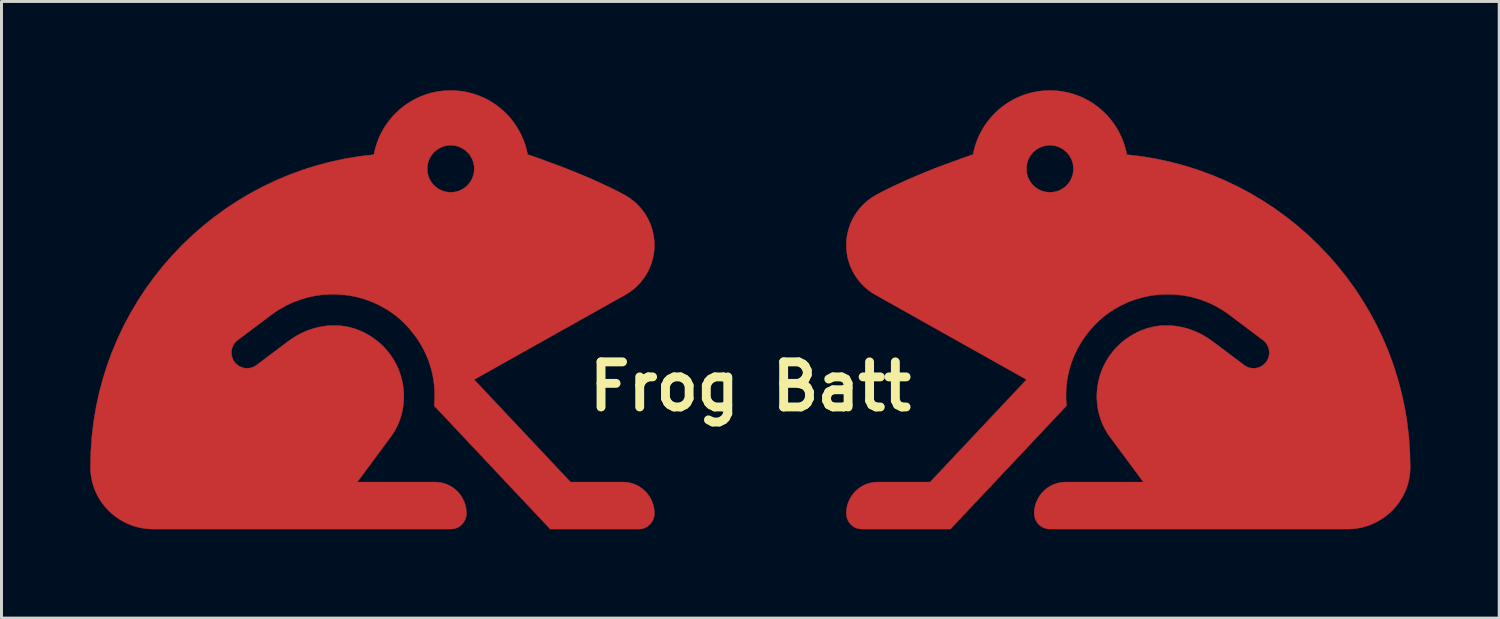
<source format=kicad_pcb>
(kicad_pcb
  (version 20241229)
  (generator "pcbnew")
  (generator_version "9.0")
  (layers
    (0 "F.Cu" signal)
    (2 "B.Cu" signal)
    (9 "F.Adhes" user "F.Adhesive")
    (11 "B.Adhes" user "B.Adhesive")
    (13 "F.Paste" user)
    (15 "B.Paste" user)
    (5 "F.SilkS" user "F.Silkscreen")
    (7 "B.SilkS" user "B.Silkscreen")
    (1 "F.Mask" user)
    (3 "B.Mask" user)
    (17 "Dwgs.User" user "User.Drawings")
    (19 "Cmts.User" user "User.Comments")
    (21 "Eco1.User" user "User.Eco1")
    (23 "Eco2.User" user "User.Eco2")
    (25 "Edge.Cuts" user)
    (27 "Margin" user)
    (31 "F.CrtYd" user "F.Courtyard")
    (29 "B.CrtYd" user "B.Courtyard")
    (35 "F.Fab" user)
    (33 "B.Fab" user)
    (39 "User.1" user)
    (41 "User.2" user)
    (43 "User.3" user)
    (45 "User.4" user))
  (footprint "Frog Batt"
    (layer "F.Cu")
    (at 22.298 10.009)
    (property "Reference" "Frog Batt" (at 0 0 0) (layer "F.SilkS") (effects (font (size 1.524 1.524) (thickness 0.3))))
    (attr board_only exclude_from_pos_files exclude_from_bom)
    (fp_poly (pts (xy -10 -10) (xy -9.881 -9.992) (xy -9.763 -9.979) (xy -9.646 -9.96) (xy -9.532 -9.937) (xy -9.419 -9.908) (xy -9.309 -9.875) (xy -9.2 -9.838) (xy -9.094 -9.795) (xy -8.99 -9.749) (xy -8.888 -9.698) (xy -8.789 -9.642) (xy -8.693 -9.583) (xy -8.599 -9.52) (xy -8.509 -9.453) (xy -8.421 -9.382) (xy -8.337 -9.308) (xy -8.256 -9.23) (xy -8.178 -9.149) (xy -8.103 -9.064) (xy -8.033 -8.976) (xy -7.965 -8.886) (xy -7.902 -8.792) (xy -7.843 -8.696) (xy -7.788 -8.597) (xy -7.736 -8.495) (xy -7.69 -8.391) (xy -7.647 -8.285) (xy -7.609 -8.176) (xy -7.576 -8.066) (xy -7.547 -7.953) (xy -7.524 -7.839) (xy -7.524 -7.839) (xy -7.201 -7.729) (xy -6.39 -7.432) (xy -5.875 -7.228) (xy -5.327 -6.997) (xy -4.776 -6.743) (xy -4.508 -6.61) (xy -4.25 -6.474) (xy -4.136 -6.406) (xy -4.028 -6.332) (xy -3.926 -6.252) (xy -3.83 -6.165) (xy -3.741 -6.072) (xy -3.658 -5.975) (xy -3.582 -5.872) (xy -3.513 -5.764) (xy -3.451 -5.652) (xy -3.397 -5.537) (xy -3.351 -5.417) (xy -3.312 -5.295) (xy -3.282 -5.169) (xy -3.26 -5.041) (xy -3.246 -4.911) (xy -3.242 -4.779) (xy -3.243 -4.714) (xy -3.246 -4.649) (xy -3.251 -4.585) (xy -3.259 -4.521) (xy -3.269 -4.458) (xy -3.28 -4.395) (xy -3.294 -4.333) (xy -3.31 -4.271) (xy -3.328 -4.21) (xy -3.347 -4.15) (xy -3.369 -4.091) (xy -3.393 -4.032) (xy -3.418 -3.975) (xy -3.445 -3.918) (xy -3.474 -3.862) (xy -3.505 -3.807) (xy -3.538 -3.753) (xy -3.573 -3.7) (xy -3.609 -3.649) (xy -3.647 -3.598) (xy -3.686 -3.549) (xy -3.727 -3.501) (xy -3.77 -3.455) (xy -3.815 -3.409) (xy -3.861 -3.365) (xy -3.908 -3.323) (xy -3.957 -3.282) (xy -4.008 -3.243) (xy -4.06 -3.205) (xy -4.113 -3.169) (xy -4.168 -3.134) (xy -4.224 -3.101) (xy -9.332 -0.236) (xy -6.074 3.226) (xy -4.3 3.226) (xy -4.246 3.228) (xy -4.192 3.232) (xy -4.139 3.239) (xy -4.087 3.248) (xy -4.036 3.26) (xy -3.985 3.274) (xy -3.936 3.291) (xy -3.888 3.31) (xy -3.841 3.331) (xy -3.796 3.354) (xy -3.751 3.38) (xy -3.708 3.407) (xy -3.667 3.437) (xy -3.627 3.468) (xy -3.588 3.501) (xy -3.552 3.536) (xy -3.517 3.573) (xy -3.483 3.612) (xy -3.452 3.652) (xy -3.422 3.693) (xy -3.395 3.736) (xy -3.369 3.78) (xy -3.346 3.826) (xy -3.325 3.873) (xy -3.306 3.921) (xy -3.289 3.97) (xy -3.275 4.02) (xy -3.263 4.072) (xy -3.254 4.124) (xy -3.247 4.177) (xy -3.243 4.23) (xy -3.242 4.285) (xy -3.242 4.312) (xy -3.244 4.339) (xy -3.248 4.365) (xy -3.252 4.391) (xy -3.258 4.417) (xy -3.265 4.442) (xy -3.274 4.467) (xy -3.283 4.491) (xy -3.294 4.514) (xy -3.306 4.537) (xy -3.318 4.559) (xy -3.332 4.581) (xy -3.347 4.601) (xy -3.362 4.621) (xy -3.379 4.641) (xy -3.397 4.659) (xy -3.415 4.677) (xy -3.434 4.693) (xy -3.454 4.709) (xy -3.475 4.724) (xy -3.496 4.737) (xy -3.519 4.75) (xy -3.541 4.762) (xy -3.565 4.772) (xy -3.589 4.782) (xy -3.613 4.79) (xy -3.639 4.797) (xy -3.664 4.803) (xy -3.69 4.808) (xy -3.717 4.811) (xy -3.744 4.813) (xy -3.771 4.814) (xy -6.76 4.814) (xy -10.68 0.649) (xy -10.668 0.483) (xy -10.664 0.322) (xy -10.666 0.165) (xy -10.675 0.013) (xy -10.69 -0.135) (xy -10.712 -0.278) (xy -10.738 -0.416) (xy -10.77 -0.551) (xy -10.806 -0.68) (xy -10.846 -0.806) (xy -10.891 -0.926) (xy -10.939 -1.043) (xy -10.99 -1.154) (xy -11.043 -1.262) (xy -11.099 -1.365) (xy -11.157 -1.463) (xy -11.217 -1.557) (xy -11.277 -1.647) (xy -11.4 -1.812) (xy -11.523 -1.96) (xy -11.643 -2.09) (xy -11.757 -2.203) (xy -11.861 -2.298) (xy -11.953 -2.375) (xy -12.029 -2.434) (xy -12.145 -2.517) (xy -12.263 -2.595) (xy -12.507 -2.734) (xy -12.76 -2.852) (xy -13.019 -2.948) (xy -13.284 -3.023) (xy -13.553 -3.077) (xy -13.825 -3.109) (xy -14.099 -3.12) (xy -14.372 -3.109) (xy -14.644 -3.077) (xy -14.914 -3.023) (xy -15.179 -2.948) (xy -15.438 -2.852) (xy -15.69 -2.734) (xy -15.934 -2.595) (xy -16.052 -2.517) (xy -16.168 -2.434) (xy -17.318 -1.571) (xy -17.34 -1.554) (xy -17.36 -1.536) (xy -17.379 -1.518) (xy -17.397 -1.499) (xy -17.414 -1.478) (xy -17.43 -1.458) (xy -17.444 -1.436) (xy -17.458 -1.414) (xy -17.47 -1.392) (xy -17.482 -1.369) (xy -17.492 -1.345) (xy -17.501 -1.321) (xy -17.508 -1.297) (xy -17.515 -1.272) (xy -17.52 -1.248) (xy -17.524 -1.223) (xy -17.527 -1.197) (xy -17.529 -1.172) (xy -17.53 -1.147) (xy -17.529 -1.121) (xy -17.527 -1.096) (xy -17.524 -1.07) (xy -17.52 -1.045) (xy -17.514 -1.02) (xy -17.507 -0.995) (xy -17.499 -0.97) (xy -17.49 -0.946) (xy -17.479 -0.922) (xy -17.467 -0.898) (xy -17.454 -0.875) (xy -17.439 -0.852) (xy -17.424 -0.83) (xy -17.407 -0.808) (xy -17.389 -0.788) (xy -17.37 -0.769) (xy -17.351 -0.751) (xy -17.331 -0.734) (xy -17.31 -0.718) (xy -17.289 -0.703) (xy -17.266 -0.69) (xy -17.244 -0.677) (xy -17.221 -0.666) (xy -17.197 -0.656) (xy -17.173 -0.647) (xy -17.149 -0.639) (xy -17.125 -0.633) (xy -17.1 -0.627) (xy -17.075 -0.623) (xy -17.049 -0.62) (xy -17.024 -0.619) (xy -16.999 -0.618) (xy -16.973 -0.619) (xy -16.948 -0.621) (xy -16.922 -0.624) (xy -16.897 -0.628) (xy -16.872 -0.634) (xy -16.847 -0.641) (xy -16.823 -0.649) (xy -16.798 -0.658) (xy -16.774 -0.669) (xy -16.751 -0.681) (xy -16.727 -0.694) (xy -16.705 -0.709) (xy -16.683 -0.724) (xy -15.599 -1.538) (xy -15.468 -1.63) (xy -15.332 -1.714) (xy -15.192 -1.79) (xy -15.048 -1.857) (xy -14.901 -1.915) (xy -14.751 -1.964) (xy -14.598 -2.003) (xy -14.444 -2.033) (xy -14.289 -2.053) (xy -14.133 -2.063) (xy -13.976 -2.063) (xy -13.82 -2.052) (xy -13.665 -2.03) (xy -13.511 -1.997) (xy -13.359 -1.953) (xy -13.21 -1.898) (xy -13.076 -1.838) (xy -12.948 -1.771) (xy -12.827 -1.699) (xy -12.711 -1.621) (xy -12.601 -1.538) (xy -12.497 -1.45) (xy -12.4 -1.357) (xy -12.309 -1.26) (xy -12.224 -1.158) (xy -12.145 -1.053) (xy -12.072 -0.944) (xy -12.006 -0.832) (xy -11.947 -0.717) (xy -11.893 -0.599) (xy -11.847 -0.479) (xy -11.807 -0.357) (xy -11.773 -0.233) (xy -11.746 -0.108) (xy -11.726 0.019) (xy -11.713 0.146) (xy -11.706 0.273) (xy -11.706 0.401) (xy -11.713 0.529) (xy -11.727 0.657) (xy -11.748 0.784) (xy -11.777 0.91) (xy -11.812 1.034) (xy -11.854 1.157) (xy -11.903 1.279) (xy -11.96 1.398) (xy -12.024 1.514) (xy -12.095 1.628) (xy -13.279 3.226) (xy -10.65 3.226) (xy -10.596 3.228) (xy -10.542 3.232) (xy -10.489 3.239) (xy -10.437 3.248) (xy -10.386 3.26) (xy -10.335 3.274) (xy -10.286 3.291) (xy -10.238 3.31) (xy -10.191 3.331) (xy -10.146 3.354) (xy -10.101 3.38) (xy -10.058 3.407) (xy -10.017 3.437) (xy -9.977 3.468) (xy -9.938 3.501) (xy -9.902 3.536) (xy -9.867 3.573) (xy -9.833 3.612) (xy -9.802 3.652) (xy -9.772 3.693) (xy -9.745 3.736) (xy -9.719 3.78) (xy -9.696 3.826) (xy -9.675 3.873) (xy -9.656 3.921) (xy -9.639 3.97) (xy -9.625 4.02) (xy -9.613 4.072) (xy -9.604 4.124) (xy -9.597 4.177) (xy -9.593 4.23) (xy -9.592 4.285) (xy -9.592 4.312) (xy -9.594 4.339) (xy -9.598 4.365) (xy -9.602 4.391) (xy -9.608 4.417) (xy -9.615 4.442) (xy -9.624 4.467) (xy -9.633 4.491) (xy -9.644 4.514) (xy -9.656 4.537) (xy -9.668 4.559) (xy -9.682 4.581) (xy -9.697 4.601) (xy -9.712 4.621) (xy -9.729 4.641) (xy -9.747 4.659) (xy -9.765 4.677) (xy -9.784 4.693) (xy -9.804 4.709) (xy -9.825 4.724) (xy -9.846 4.737) (xy -9.869 4.75) (xy -9.891 4.762) (xy -9.915 4.772) (xy -9.939 4.782) (xy -9.963 4.79) (xy -9.989 4.797) (xy -10.014 4.803) (xy -10.04 4.808) (xy -10.067 4.811) (xy -10.094 4.813) (xy -10.121 4.814) (xy -20.175 4.814) (xy -20.283 4.811) (xy -20.389 4.803) (xy -20.494 4.79) (xy -20.597 4.772) (xy -20.699 4.749) (xy -20.799 4.721) (xy -20.897 4.688) (xy -20.992 4.651) (xy -21.086 4.609) (xy -21.177 4.563) (xy -21.265 4.513) (xy -21.351 4.459) (xy -21.434 4.401) (xy -21.514 4.339) (xy -21.591 4.274) (xy -21.665 4.205) (xy -21.735 4.133) (xy -21.802 4.057) (xy -21.865 3.978) (xy -21.925 3.897) (xy -21.98 3.812) (xy -22.032 3.725) (xy -22.079 3.635) (xy -22.122 3.543) (xy -22.16 3.448) (xy -22.194 3.351) (xy -22.223 3.252) (xy -22.247 3.151) (xy -22.266 3.048) (xy -22.28 2.943) (xy -22.289 2.837) (xy -22.292 2.73) (xy -22.281 2.215) (xy -22.246 1.707) (xy -22.187 1.206) (xy -22.106 0.712) (xy -22.002 0.226) (xy -21.875 -0.251) (xy -21.728 -0.719) (xy -21.56 -1.177) (xy -21.371 -1.626) (xy -21.163 -2.063) (xy -20.935 -2.489) (xy -20.689 -2.904) (xy -20.425 -3.306) (xy -20.143 -3.694) (xy -19.844 -4.07) (xy -19.529 -4.431) (xy -19.198 -4.777) (xy -18.852 -5.109) (xy -18.492 -5.424) (xy -18.117 -5.723) (xy -17.728 -6.006) (xy -17.327 -6.27) (xy -16.913 -6.517) (xy -16.487 -6.745) (xy -16.05 -6.954) (xy -15.602 -7.144) (xy -15.143 -7.313) (xy -15.004 -7.357) (xy -10.915 -7.357) (xy -10.914 -7.316) (xy -10.91 -7.276) (xy -10.905 -7.236) (xy -10.898 -7.197) (xy -10.89 -7.159) (xy -10.879 -7.121) (xy -10.866 -7.084) (xy -10.852 -7.048) (xy -10.836 -7.013) (xy -10.819 -6.979) (xy -10.8 -6.945) (xy -10.779 -6.913) (xy -10.757 -6.882) (xy -10.733 -6.852) (xy -10.708 -6.823) (xy -10.682 -6.796) (xy -10.655 -6.769) (xy -10.626 -6.744) (xy -10.596 -6.721) (xy -10.565 -6.699) (xy -10.533 -6.678) (xy -10.499 -6.659) (xy -10.465 -6.641) (xy -10.43 -6.626) (xy -10.394 -6.611) (xy -10.357 -6.599) (xy -10.319 -6.588) (xy -10.281 -6.579) (xy -10.242 -6.572) (xy -10.202 -6.567) (xy -10.162 -6.564) (xy -10.121 -6.563) (xy -10.08 -6.564) (xy -10.04 -6.567) (xy -10 -6.572) (xy -9.961 -6.579) (xy -9.923 -6.588) (xy -9.885 -6.599) (xy -9.848 -6.611) (xy -9.812 -6.626) (xy -9.777 -6.641) (xy -9.743 -6.659) (xy -9.709 -6.678) (xy -9.677 -6.699) (xy -9.646 -6.721) (xy -9.616 -6.744) (xy -9.587 -6.769) (xy -9.56 -6.796) (xy -9.533 -6.823) (xy -9.508 -6.852) (xy -9.485 -6.882) (xy -9.463 -6.913) (xy -9.442 -6.945) (xy -9.423 -6.979) (xy -9.405 -7.013) (xy -9.389 -7.048) (xy -9.375 -7.084) (xy -9.363 -7.121) (xy -9.352 -7.159) (xy -9.343 -7.197) (xy -9.336 -7.236) (xy -9.331 -7.276) (xy -9.328 -7.316) (xy -9.327 -7.357) (xy -9.328 -7.398) (xy -9.331 -7.438) (xy -9.336 -7.478) (xy -9.343 -7.517) (xy -9.352 -7.555) (xy -9.363 -7.593) (xy -9.375 -7.63) (xy -9.389 -7.666) (xy -9.405 -7.701) (xy -9.423 -7.735) (xy -9.442 -7.769) (xy -9.463 -7.801) (xy -9.485 -7.832) (xy -9.508 -7.862) (xy -9.533 -7.891) (xy -9.56 -7.918) (xy -9.587 -7.944) (xy -9.616 -7.969) (xy -9.646 -7.993) (xy -9.677 -8.015) (xy -9.709 -8.036) (xy -9.743 -8.055) (xy -9.777 -8.072) (xy -9.812 -8.088) (xy -9.848 -8.102) (xy -9.885 -8.115) (xy -9.923 -8.126) (xy -9.961 -8.135) (xy -10 -8.141) (xy -10.04 -8.147) (xy -10.08 -8.15) (xy -10.121 -8.151) (xy -10.162 -8.15) (xy -10.202 -8.147) (xy -10.242 -8.141) (xy -10.281 -8.135) (xy -10.319 -8.126) (xy -10.357 -8.115) (xy -10.394 -8.102) (xy -10.43 -8.088) (xy -10.465 -8.072) (xy -10.499 -8.055) (xy -10.533 -8.036) (xy -10.565 -8.015) (xy -10.596 -7.993) (xy -10.626 -7.969) (xy -10.655 -7.944) (xy -10.682 -7.918) (xy -10.708 -7.891) (xy -10.733 -7.862) (xy -10.757 -7.832) (xy -10.779 -7.801) (xy -10.8 -7.769) (xy -10.819 -7.735) (xy -10.836 -7.701) (xy -10.852 -7.666) (xy -10.866 -7.63) (xy -10.879 -7.593) (xy -10.89 -7.555) (xy -10.898 -7.517) (xy -10.905 -7.478) (xy -10.91 -7.438) (xy -10.914 -7.398) (xy -10.915 -7.357) (xy -15.004 -7.357) (xy -14.675 -7.461) (xy -14.198 -7.588) (xy -13.713 -7.693) (xy -13.219 -7.776) (xy -12.718 -7.835) (xy -12.695 -7.95) (xy -12.666 -8.062) (xy -12.633 -8.173) (xy -12.595 -8.282) (xy -12.553 -8.388) (xy -12.506 -8.493) (xy -12.455 -8.594) (xy -12.4 -8.694) (xy -12.341 -8.79) (xy -12.277 -8.884) (xy -12.21 -8.975) (xy -12.139 -9.062) (xy -12.065 -9.147) (xy -11.987 -9.228) (xy -11.906 -9.306) (xy -11.822 -9.381) (xy -11.734 -9.452) (xy -11.643 -9.519) (xy -11.55 -9.582) (xy -11.453 -9.642) (xy -11.354 -9.697) (xy -11.253 -9.748) (xy -11.149 -9.795) (xy -11.042 -9.837) (xy -10.934 -9.875) (xy -10.823 -9.908) (xy -10.71 -9.937) (xy -10.596 -9.96) (xy -10.479 -9.979) (xy -10.361 -9.992) (xy -10.242 -10) (xy -10.121 -10.003)) (stroke (width 0.013) (type solid)) (fill yes) (layer "F.Cu"))
    (fp_poly (pts (xy 10 -10) (xy 9.881 -9.992) (xy 9.763 -9.979) (xy 9.646 -9.96) (xy 9.532 -9.937) (xy 9.419 -9.908) (xy 9.309 -9.875) (xy 9.2 -9.838) (xy 9.094 -9.795) (xy 8.99 -9.749) (xy 8.888 -9.698) (xy 8.789 -9.642) (xy 8.693 -9.583) (xy 8.599 -9.52) (xy 8.509 -9.453) (xy 8.421 -9.382) (xy 8.337 -9.308) (xy 8.256 -9.23) (xy 8.178 -9.149) (xy 8.103 -9.064) (xy 8.033 -8.976) (xy 7.965 -8.886) (xy 7.902 -8.792) (xy 7.843 -8.696) (xy 7.788 -8.597) (xy 7.736 -8.495) (xy 7.69 -8.391) (xy 7.647 -8.285) (xy 7.609 -8.176) (xy 7.576 -8.066) (xy 7.547 -7.953) (xy 7.524 -7.839) (xy 7.524 -7.839) (xy 7.201 -7.729) (xy 6.39 -7.432) (xy 5.875 -7.228) (xy 5.327 -6.997) (xy 4.776 -6.743) (xy 4.508 -6.61) (xy 4.25 -6.474) (xy 4.136 -6.406) (xy 4.028 -6.332) (xy 3.926 -6.252) (xy 3.83 -6.165) (xy 3.741 -6.072) (xy 3.658 -5.975) (xy 3.582 -5.872) (xy 3.513 -5.764) (xy 3.451 -5.652) (xy 3.397 -5.537) (xy 3.351 -5.417) (xy 3.312 -5.295) (xy 3.282 -5.169) (xy 3.26 -5.041) (xy 3.246 -4.911) (xy 3.242 -4.779) (xy 3.243 -4.714) (xy 3.246 -4.649) (xy 3.251 -4.585) (xy 3.259 -4.521) (xy 3.269 -4.458) (xy 3.28 -4.395) (xy 3.294 -4.333) (xy 3.31 -4.271) (xy 3.328 -4.21) (xy 3.347 -4.15) (xy 3.369 -4.091) (xy 3.393 -4.032) (xy 3.418 -3.975) (xy 3.445 -3.918) (xy 3.474 -3.862) (xy 3.505 -3.807) (xy 3.538 -3.753) (xy 3.573 -3.7) (xy 3.609 -3.649) (xy 3.647 -3.598) (xy 3.686 -3.549) (xy 3.727 -3.501) (xy 3.77 -3.455) (xy 3.815 -3.409) (xy 3.861 -3.365) (xy 3.908 -3.323) (xy 3.957 -3.282) (xy 4.008 -3.243) (xy 4.06 -3.205) (xy 4.113 -3.169) (xy 4.168 -3.134) (xy 4.224 -3.101) (xy 9.332 -0.236) (xy 6.074 3.226) (xy 4.3 3.226) (xy 4.246 3.228) (xy 4.192 3.232) (xy 4.139 3.239) (xy 4.087 3.248) (xy 4.036 3.26) (xy 3.985 3.274) (xy 3.936 3.291) (xy 3.888 3.31) (xy 3.841 3.331) (xy 3.796 3.354) (xy 3.751 3.38) (xy 3.708 3.407) (xy 3.667 3.437) (xy 3.627 3.468) (xy 3.588 3.501) (xy 3.552 3.536) (xy 3.517 3.573) (xy 3.483 3.612) (xy 3.452 3.652) (xy 3.422 3.693) (xy 3.395 3.736) (xy 3.369 3.78) (xy 3.346 3.826) (xy 3.325 3.873) (xy 3.306 3.921) (xy 3.289 3.97) (xy 3.275 4.02) (xy 3.263 4.072) (xy 3.254 4.124) (xy 3.247 4.177) (xy 3.243 4.23) (xy 3.242 4.285) (xy 3.242 4.312) (xy 3.244 4.339) (xy 3.248 4.365) (xy 3.252 4.391) (xy 3.258 4.417) (xy 3.265 4.442) (xy 3.274 4.467) (xy 3.283 4.491) (xy 3.294 4.514) (xy 3.306 4.537) (xy 3.318 4.559) (xy 3.332 4.581) (xy 3.347 4.601) (xy 3.362 4.621) (xy 3.379 4.641) (xy 3.397 4.659) (xy 3.415 4.677) (xy 3.434 4.693) (xy 3.454 4.709) (xy 3.475 4.724) (xy 3.496 4.737) (xy 3.519 4.75) (xy 3.541 4.762) (xy 3.565 4.772) (xy 3.589 4.782) (xy 3.613 4.79) (xy 3.639 4.797) (xy 3.664 4.803) (xy 3.69 4.808) (xy 3.717 4.811) (xy 3.744 4.813) (xy 3.771 4.814) (xy 6.76 4.814) (xy 10.68 0.649) (xy 10.668 0.483) (xy 10.664 0.322) (xy 10.666 0.165) (xy 10.675 0.013) (xy 10.69 -0.135) (xy 10.712 -0.278) (xy 10.738 -0.416) (xy 10.77 -0.551) (xy 10.806 -0.68) (xy 10.846 -0.806) (xy 10.891 -0.926) (xy 10.939 -1.043) (xy 10.99 -1.154) (xy 11.043 -1.262) (xy 11.099 -1.365) (xy 11.157 -1.463) (xy 11.217 -1.557) (xy 11.277 -1.647) (xy 11.4 -1.812) (xy 11.523 -1.96) (xy 11.643 -2.09) (xy 11.757 -2.203) (xy 11.861 -2.298) (xy 11.953 -2.375) (xy 12.029 -2.434) (xy 12.145 -2.517) (xy 12.263 -2.595) (xy 12.507 -2.734) (xy 12.76 -2.852) (xy 13.019 -2.948) (xy 13.284 -3.023) (xy 13.553 -3.077) (xy 13.825 -3.109) (xy 14.099 -3.12) (xy 14.372 -3.109) (xy 14.644 -3.077) (xy 14.914 -3.023) (xy 15.179 -2.948) (xy 15.438 -2.852) (xy 15.69 -2.734) (xy 15.934 -2.595) (xy 16.052 -2.517) (xy 16.168 -2.434) (xy 17.318 -1.571) (xy 17.34 -1.554) (xy 17.36 -1.536) (xy 17.379 -1.518) (xy 17.397 -1.499) (xy 17.414 -1.478) (xy 17.43 -1.458) (xy 17.444 -1.436) (xy 17.458 -1.414) (xy 17.47 -1.392) (xy 17.482 -1.369) (xy 17.492 -1.345) (xy 17.501 -1.321) (xy 17.508 -1.297) (xy 17.515 -1.272) (xy 17.52 -1.248) (xy 17.524 -1.223) (xy 17.527 -1.197) (xy 17.529 -1.172) (xy 17.53 -1.147) (xy 17.529 -1.121) (xy 17.527 -1.096) (xy 17.524 -1.07) (xy 17.52 -1.045) (xy 17.514 -1.02) (xy 17.507 -0.995) (xy 17.499 -0.97) (xy 17.49 -0.946) (xy 17.479 -0.922) (xy 17.467 -0.898) (xy 17.454 -0.875) (xy 17.439 -0.852) (xy 17.424 -0.83) (xy 17.407 -0.808) (xy 17.389 -0.788) (xy 17.37 -0.769) (xy 17.351 -0.751) (xy 17.331 -0.734) (xy 17.31 -0.718) (xy 17.289 -0.703) (xy 17.266 -0.69) (xy 17.244 -0.677) (xy 17.221 -0.666) (xy 17.197 -0.656) (xy 17.173 -0.647) (xy 17.149 -0.639) (xy 17.125 -0.633) (xy 17.1 -0.627) (xy 17.075 -0.623) (xy 17.049 -0.62) (xy 17.024 -0.619) (xy 16.999 -0.618) (xy 16.973 -0.619) (xy 16.948 -0.621) (xy 16.922 -0.624) (xy 16.897 -0.628) (xy 16.872 -0.634) (xy 16.847 -0.641) (xy 16.823 -0.649) (xy 16.798 -0.658) (xy 16.774 -0.669) (xy 16.751 -0.681) (xy 16.727 -0.694) (xy 16.705 -0.709) (xy 16.683 -0.724) (xy 15.599 -1.538) (xy 15.468 -1.63) (xy 15.332 -1.714) (xy 15.192 -1.79) (xy 15.048 -1.857) (xy 14.901 -1.915) (xy 14.751 -1.964) (xy 14.598 -2.003) (xy 14.444 -2.033) (xy 14.289 -2.053) (xy 14.133 -2.063) (xy 13.976 -2.063) (xy 13.82 -2.052) (xy 13.665 -2.03) (xy 13.511 -1.997) (xy 13.359 -1.953) (xy 13.21 -1.898) (xy 13.076 -1.838) (xy 12.948 -1.771) (xy 12.827 -1.699) (xy 12.711 -1.621) (xy 12.601 -1.538) (xy 12.497 -1.45) (xy 12.4 -1.357) (xy 12.309 -1.26) (xy 12.224 -1.158) (xy 12.145 -1.053) (xy 12.072 -0.944) (xy 12.006 -0.832) (xy 11.947 -0.717) (xy 11.893 -0.599) (xy 11.847 -0.479) (xy 11.807 -0.357) (xy 11.773 -0.233) (xy 11.746 -0.108) (xy 11.726 0.019) (xy 11.713 0.146) (xy 11.706 0.273) (xy 11.706 0.401) (xy 11.713 0.529) (xy 11.727 0.657) (xy 11.748 0.784) (xy 11.777 0.91) (xy 11.812 1.034) (xy 11.854 1.157) (xy 11.903 1.279) (xy 11.96 1.398) (xy 12.024 1.514) (xy 12.095 1.628) (xy 13.279 3.226) (xy 10.65 3.226) (xy 10.596 3.228) (xy 10.542 3.232) (xy 10.489 3.239) (xy 10.437 3.248) (xy 10.386 3.26) (xy 10.335 3.274) (xy 10.286 3.291) (xy 10.238 3.31) (xy 10.191 3.331) (xy 10.146 3.354) (xy 10.101 3.38) (xy 10.058 3.407) (xy 10.017 3.437) (xy 9.977 3.468) (xy 9.938 3.501) (xy 9.902 3.536) (xy 9.867 3.573) (xy 9.833 3.612) (xy 9.802 3.652) (xy 9.772 3.693) (xy 9.745 3.736) (xy 9.719 3.78) (xy 9.696 3.826) (xy 9.675 3.873) (xy 9.656 3.921) (xy 9.639 3.97) (xy 9.625 4.02) (xy 9.613 4.072) (xy 9.604 4.124) (xy 9.597 4.177) (xy 9.593 4.23) (xy 9.592 4.285) (xy 9.592 4.312) (xy 9.594 4.339) (xy 9.598 4.365) (xy 9.602 4.391) (xy 9.608 4.417) (xy 9.615 4.442) (xy 9.624 4.467) (xy 9.633 4.491) (xy 9.644 4.514) (xy 9.656 4.537) (xy 9.668 4.559) (xy 9.682 4.581) (xy 9.697 4.601) (xy 9.712 4.621) (xy 9.729 4.641) (xy 9.747 4.659) (xy 9.765 4.677) (xy 9.784 4.693) (xy 9.804 4.709) (xy 9.825 4.724) (xy 9.846 4.737) (xy 9.869 4.75) (xy 9.891 4.762) (xy 9.915 4.772) (xy 9.939 4.782) (xy 9.963 4.79) (xy 9.989 4.797) (xy 10.014 4.803) (xy 10.04 4.808) (xy 10.067 4.811) (xy 10.094 4.813) (xy 10.121 4.814) (xy 20.175 4.814) (xy 20.283 4.811) (xy 20.389 4.803) (xy 20.494 4.79) (xy 20.597 4.772) (xy 20.699 4.749) (xy 20.799 4.721) (xy 20.897 4.688) (xy 20.992 4.651) (xy 21.086 4.609) (xy 21.177 4.563) (xy 21.265 4.513) (xy 21.351 4.459) (xy 21.434 4.401) (xy 21.514 4.339) (xy 21.591 4.274) (xy 21.665 4.205) (xy 21.735 4.133) (xy 21.802 4.057) (xy 21.865 3.978) (xy 21.925 3.897) (xy 21.98 3.812) (xy 22.032 3.725) (xy 22.079 3.635) (xy 22.122 3.543) (xy 22.16 3.448) (xy 22.194 3.351) (xy 22.223 3.252) (xy 22.247 3.151) (xy 22.266 3.048) (xy 22.28 2.943) (xy 22.289 2.837) (xy 22.292 2.73) (xy 22.281 2.215) (xy 22.246 1.707) (xy 22.187 1.206) (xy 22.106 0.712) (xy 22.002 0.226) (xy 21.875 -0.251) (xy 21.728 -0.719) (xy 21.56 -1.177) (xy 21.371 -1.626) (xy 21.163 -2.063) (xy 20.935 -2.489) (xy 20.689 -2.904) (xy 20.425 -3.306) (xy 20.143 -3.694) (xy 19.844 -4.07) (xy 19.529 -4.431) (xy 19.198 -4.777) (xy 18.852 -5.109) (xy 18.492 -5.424) (xy 18.117 -5.723) (xy 17.728 -6.006) (xy 17.327 -6.27) (xy 16.913 -6.517) (xy 16.487 -6.745) (xy 16.05 -6.954) (xy 15.602 -7.144) (xy 15.143 -7.313) (xy 15.004 -7.357) (xy 10.915 -7.357) (xy 10.914 -7.316) (xy 10.91 -7.276) (xy 10.905 -7.236) (xy 10.898 -7.197) (xy 10.89 -7.159) (xy 10.879 -7.121) (xy 10.866 -7.084) (xy 10.852 -7.048) (xy 10.836 -7.013) (xy 10.819 -6.979) (xy 10.8 -6.945) (xy 10.779 -6.913) (xy 10.757 -6.882) (xy 10.733 -6.852) (xy 10.708 -6.823) (xy 10.682 -6.796) (xy 10.655 -6.769) (xy 10.626 -6.744) (xy 10.596 -6.721) (xy 10.565 -6.699) (xy 10.533 -6.678) (xy 10.499 -6.659) (xy 10.465 -6.641) (xy 10.43 -6.626) (xy 10.394 -6.611) (xy 10.357 -6.599) (xy 10.319 -6.588) (xy 10.281 -6.579) (xy 10.242 -6.572) (xy 10.202 -6.567) (xy 10.162 -6.564) (xy 10.121 -6.563) (xy 10.08 -6.564) (xy 10.04 -6.567) (xy 10 -6.572) (xy 9.961 -6.579) (xy 9.923 -6.588) (xy 9.885 -6.599) (xy 9.848 -6.611) (xy 9.812 -6.626) (xy 9.777 -6.641) (xy 9.743 -6.659) (xy 9.709 -6.678) (xy 9.677 -6.699) (xy 9.646 -6.721) (xy 9.616 -6.744) (xy 9.587 -6.769) (xy 9.56 -6.796) (xy 9.533 -6.823) (xy 9.508 -6.852) (xy 9.485 -6.882) (xy 9.463 -6.913) (xy 9.442 -6.945) (xy 9.423 -6.979) (xy 9.405 -7.013) (xy 9.389 -7.048) (xy 9.375 -7.084) (xy 9.363 -7.121) (xy 9.352 -7.159) (xy 9.343 -7.197) (xy 9.336 -7.236) (xy 9.331 -7.276) (xy 9.328 -7.316) (xy 9.327 -7.357) (xy 9.328 -7.398) (xy 9.331 -7.438) (xy 9.336 -7.478) (xy 9.343 -7.517) (xy 9.352 -7.555) (xy 9.363 -7.593) (xy 9.375 -7.63) (xy 9.389 -7.666) (xy 9.405 -7.701) (xy 9.423 -7.735) (xy 9.442 -7.769) (xy 9.463 -7.801) (xy 9.485 -7.832) (xy 9.508 -7.862) (xy 9.533 -7.891) (xy 9.56 -7.918) (xy 9.587 -7.944) (xy 9.616 -7.969) (xy 9.646 -7.993) (xy 9.677 -8.015) (xy 9.709 -8.036) (xy 9.743 -8.055) (xy 9.777 -8.072) (xy 9.812 -8.088) (xy 9.848 -8.102) (xy 9.885 -8.115) (xy 9.923 -8.126) (xy 9.961 -8.135) (xy 10 -8.141) (xy 10.04 -8.147) (xy 10.08 -8.15) (xy 10.121 -8.151) (xy 10.162 -8.15) (xy 10.202 -8.147) (xy 10.242 -8.141) (xy 10.281 -8.135) (xy 10.319 -8.126) (xy 10.357 -8.115) (xy 10.394 -8.102) (xy 10.43 -8.088) (xy 10.465 -8.072) (xy 10.499 -8.055) (xy 10.533 -8.036) (xy 10.565 -8.015) (xy 10.596 -7.993) (xy 10.626 -7.969) (xy 10.655 -7.944) (xy 10.682 -7.918) (xy 10.708 -7.891) (xy 10.733 -7.862) (xy 10.757 -7.832) (xy 10.779 -7.801) (xy 10.8 -7.769) (xy 10.819 -7.735) (xy 10.836 -7.701) (xy 10.852 -7.666) (xy 10.866 -7.63) (xy 10.879 -7.593) (xy 10.89 -7.555) (xy 10.898 -7.517) (xy 10.905 -7.478) (xy 10.91 -7.438) (xy 10.914 -7.398) (xy 10.915 -7.357) (xy 15.004 -7.357) (xy 14.675 -7.461) (xy 14.198 -7.588) (xy 13.713 -7.693) (xy 13.219 -7.776) (xy 12.718 -7.835) (xy 12.695 -7.95) (xy 12.666 -8.062) (xy 12.633 -8.173) (xy 12.595 -8.282) (xy 12.553 -8.388) (xy 12.506 -8.493) (xy 12.455 -8.594) (xy 12.4 -8.694) (xy 12.341 -8.79) (xy 12.277 -8.884) (xy 12.21 -8.975) (xy 12.139 -9.062) (xy 12.065 -9.147) (xy 11.987 -9.228) (xy 11.906 -9.306) (xy 11.822 -9.381) (xy 11.734 -9.452) (xy 11.643 -9.519) (xy 11.55 -9.582) (xy 11.453 -9.642) (xy 11.354 -9.697) (xy 11.253 -9.748) (xy 11.149 -9.795) (xy 11.042 -9.837) (xy 10.934 -9.875) (xy 10.823 -9.908) (xy 10.71 -9.937) (xy 10.596 -9.96) (xy 10.479 -9.979) (xy 10.361 -9.992) (xy 10.242 -10) (xy 10.121 -10.003)) (stroke (width 0.013) (type solid)) (fill yes) (layer "F.Cu"))
    (fp_poly (pts (xy -10 -10) (xy -9.881 -9.992) (xy -9.763 -9.979) (xy -9.646 -9.96) (xy -9.532 -9.937) (xy -9.419 -9.908) (xy -9.309 -9.875) (xy -9.2 -9.838) (xy -9.094 -9.795) (xy -8.99 -9.749) (xy -8.888 -9.698) (xy -8.789 -9.642) (xy -8.693 -9.583) (xy -8.599 -9.52) (xy -8.509 -9.453) (xy -8.421 -9.382) (xy -8.337 -9.308) (xy -8.256 -9.23) (xy -8.178 -9.149) (xy -8.103 -9.064) (xy -8.033 -8.976) (xy -7.965 -8.886) (xy -7.902 -8.792) (xy -7.843 -8.696) (xy -7.788 -8.597) (xy -7.736 -8.495) (xy -7.69 -8.391) (xy -7.647 -8.285) (xy -7.609 -8.176) (xy -7.576 -8.066) (xy -7.547 -7.953) (xy -7.524 -7.839) (xy -7.524 -7.839) (xy -7.201 -7.729) (xy -6.39 -7.432) (xy -5.875 -7.228) (xy -5.327 -6.997) (xy -4.776 -6.743) (xy -4.508 -6.61) (xy -4.25 -6.474) (xy -4.136 -6.406) (xy -4.028 -6.332) (xy -3.926 -6.252) (xy -3.83 -6.165) (xy -3.741 -6.072) (xy -3.658 -5.975) (xy -3.582 -5.872) (xy -3.513 -5.764) (xy -3.451 -5.652) (xy -3.397 -5.537) (xy -3.351 -5.417) (xy -3.312 -5.295) (xy -3.282 -5.169) (xy -3.26 -5.041) (xy -3.246 -4.911) (xy -3.242 -4.779) (xy -3.243 -4.714) (xy -3.246 -4.649) (xy -3.251 -4.585) (xy -3.259 -4.521) (xy -3.269 -4.458) (xy -3.28 -4.395) (xy -3.294 -4.333) (xy -3.31 -4.271) (xy -3.328 -4.21) (xy -3.347 -4.15) (xy -3.369 -4.091) (xy -3.393 -4.032) (xy -3.418 -3.975) (xy -3.445 -3.918) (xy -3.474 -3.862) (xy -3.505 -3.807) (xy -3.538 -3.753) (xy -3.573 -3.7) (xy -3.609 -3.649) (xy -3.647 -3.598) (xy -3.686 -3.549) (xy -3.727 -3.501) (xy -3.77 -3.455) (xy -3.815 -3.409) (xy -3.861 -3.365) (xy -3.908 -3.323) (xy -3.957 -3.282) (xy -4.008 -3.243) (xy -4.06 -3.205) (xy -4.113 -3.169) (xy -4.168 -3.134) (xy -4.224 -3.101) (xy -9.332 -0.236) (xy -6.074 3.226) (xy -4.3 3.226) (xy -4.246 3.228) (xy -4.192 3.232) (xy -4.139 3.239) (xy -4.087 3.248) (xy -4.036 3.26) (xy -3.985 3.274) (xy -3.936 3.291) (xy -3.888 3.31) (xy -3.841 3.331) (xy -3.796 3.354) (xy -3.751 3.38) (xy -3.708 3.407) (xy -3.667 3.437) (xy -3.627 3.468) (xy -3.588 3.501) (xy -3.552 3.536) (xy -3.517 3.573) (xy -3.483 3.612) (xy -3.452 3.652) (xy -3.422 3.693) (xy -3.395 3.736) (xy -3.369 3.78) (xy -3.346 3.826) (xy -3.325 3.873) (xy -3.306 3.921) (xy -3.289 3.97) (xy -3.275 4.02) (xy -3.263 4.072) (xy -3.254 4.124) (xy -3.247 4.177) (xy -3.243 4.23) (xy -3.242 4.285) (xy -3.242 4.312) (xy -3.244 4.339) (xy -3.248 4.365) (xy -3.252 4.391) (xy -3.258 4.417) (xy -3.265 4.442) (xy -3.274 4.467) (xy -3.283 4.491) (xy -3.294 4.514) (xy -3.306 4.537) (xy -3.318 4.559) (xy -3.332 4.581) (xy -3.347 4.601) (xy -3.362 4.621) (xy -3.379 4.641) (xy -3.397 4.659) (xy -3.415 4.677) (xy -3.434 4.693) (xy -3.454 4.709) (xy -3.475 4.724) (xy -3.496 4.737) (xy -3.519 4.75) (xy -3.541 4.762) (xy -3.565 4.772) (xy -3.589 4.782) (xy -3.613 4.79) (xy -3.639 4.797) (xy -3.664 4.803) (xy -3.69 4.808) (xy -3.717 4.811) (xy -3.744 4.813) (xy -3.771 4.814) (xy -6.76 4.814) (xy -10.68 0.649) (xy -10.668 0.483) (xy -10.664 0.322) (xy -10.666 0.165) (xy -10.675 0.013) (xy -10.69 -0.135) (xy -10.712 -0.278) (xy -10.738 -0.416) (xy -10.77 -0.551) (xy -10.806 -0.68) (xy -10.846 -0.806) (xy -10.891 -0.926) (xy -10.939 -1.043) (xy -10.99 -1.154) (xy -11.043 -1.262) (xy -11.099 -1.365) (xy -11.157 -1.463) (xy -11.217 -1.557) (xy -11.277 -1.647) (xy -11.4 -1.812) (xy -11.523 -1.96) (xy -11.643 -2.09) (xy -11.757 -2.203) (xy -11.861 -2.298) (xy -11.953 -2.375) (xy -12.029 -2.434) (xy -12.145 -2.517) (xy -12.263 -2.595) (xy -12.507 -2.734) (xy -12.76 -2.852) (xy -13.019 -2.948) (xy -13.284 -3.023) (xy -13.553 -3.077) (xy -13.825 -3.109) (xy -14.099 -3.12) (xy -14.372 -3.109) (xy -14.644 -3.077) (xy -14.914 -3.023) (xy -15.179 -2.948) (xy -15.438 -2.852) (xy -15.69 -2.734) (xy -15.934 -2.595) (xy -16.052 -2.517) (xy -16.168 -2.434) (xy -17.318 -1.571) (xy -17.34 -1.554) (xy -17.36 -1.536) (xy -17.379 -1.518) (xy -17.397 -1.499) (xy -17.414 -1.478) (xy -17.43 -1.458) (xy -17.444 -1.436) (xy -17.458 -1.414) (xy -17.47 -1.392) (xy -17.482 -1.369) (xy -17.492 -1.345) (xy -17.501 -1.321) (xy -17.508 -1.297) (xy -17.515 -1.272) (xy -17.52 -1.248) (xy -17.524 -1.223) (xy -17.527 -1.197) (xy -17.529 -1.172) (xy -17.53 -1.147) (xy -17.529 -1.121) (xy -17.527 -1.096) (xy -17.524 -1.07) (xy -17.52 -1.045) (xy -17.514 -1.02) (xy -17.507 -0.995) (xy -17.499 -0.97) (xy -17.49 -0.946) (xy -17.479 -0.922) (xy -17.467 -0.898) (xy -17.454 -0.875) (xy -17.439 -0.852) (xy -17.424 -0.83) (xy -17.407 -0.808) (xy -17.389 -0.788) (xy -17.37 -0.769) (xy -17.351 -0.751) (xy -17.331 -0.734) (xy -17.31 -0.718) (xy -17.289 -0.703) (xy -17.266 -0.69) (xy -17.244 -0.677) (xy -17.221 -0.666) (xy -17.197 -0.656) (xy -17.173 -0.647) (xy -17.149 -0.639) (xy -17.125 -0.633) (xy -17.1 -0.627) (xy -17.075 -0.623) (xy -17.049 -0.62) (xy -17.024 -0.619) (xy -16.999 -0.618) (xy -16.973 -0.619) (xy -16.948 -0.621) (xy -16.922 -0.624) (xy -16.897 -0.628) (xy -16.872 -0.634) (xy -16.847 -0.641) (xy -16.823 -0.649) (xy -16.798 -0.658) (xy -16.774 -0.669) (xy -16.751 -0.681) (xy -16.727 -0.694) (xy -16.705 -0.709) (xy -16.683 -0.724) (xy -15.599 -1.538) (xy -15.468 -1.63) (xy -15.332 -1.714) (xy -15.192 -1.79) (xy -15.048 -1.857) (xy -14.901 -1.915) (xy -14.751 -1.964) (xy -14.598 -2.003) (xy -14.444 -2.033) (xy -14.289 -2.053) (xy -14.133 -2.063) (xy -13.976 -2.063) (xy -13.82 -2.052) (xy -13.665 -2.03) (xy -13.511 -1.997) (xy -13.359 -1.953) (xy -13.21 -1.898) (xy -13.076 -1.838) (xy -12.948 -1.771) (xy -12.827 -1.699) (xy -12.711 -1.621) (xy -12.601 -1.538) (xy -12.497 -1.45) (xy -12.4 -1.357) (xy -12.309 -1.26) (xy -12.224 -1.158) (xy -12.145 -1.053) (xy -12.072 -0.944) (xy -12.006 -0.832) (xy -11.947 -0.717) (xy -11.893 -0.599) (xy -11.847 -0.479) (xy -11.807 -0.357) (xy -11.773 -0.233) (xy -11.746 -0.108) (xy -11.726 0.019) (xy -11.713 0.146) (xy -11.706 0.273) (xy -11.706 0.401) (xy -11.713 0.529) (xy -11.727 0.657) (xy -11.748 0.784) (xy -11.777 0.91) (xy -11.812 1.034) (xy -11.854 1.157) (xy -11.903 1.279) (xy -11.96 1.398) (xy -12.024 1.514) (xy -12.095 1.628) (xy -13.279 3.226) (xy -10.65 3.226) (xy -10.596 3.228) (xy -10.542 3.232) (xy -10.489 3.239) (xy -10.437 3.248) (xy -10.386 3.26) (xy -10.335 3.274) (xy -10.286 3.291) (xy -10.238 3.31) (xy -10.191 3.331) (xy -10.146 3.354) (xy -10.101 3.38) (xy -10.058 3.407) (xy -10.017 3.437) (xy -9.977 3.468) (xy -9.938 3.501) (xy -9.902 3.536) (xy -9.867 3.573) (xy -9.833 3.612) (xy -9.802 3.652) (xy -9.772 3.693) (xy -9.745 3.736) (xy -9.719 3.78) (xy -9.696 3.826) (xy -9.675 3.873) (xy -9.656 3.921) (xy -9.639 3.97) (xy -9.625 4.02) (xy -9.613 4.072) (xy -9.604 4.124) (xy -9.597 4.177) (xy -9.593 4.23) (xy -9.592 4.285) (xy -9.592 4.312) (xy -9.594 4.339) (xy -9.598 4.365) (xy -9.602 4.391) (xy -9.608 4.417) (xy -9.615 4.442) (xy -9.624 4.467) (xy -9.633 4.491) (xy -9.644 4.514) (xy -9.656 4.537) (xy -9.668 4.559) (xy -9.682 4.581) (xy -9.697 4.601) (xy -9.712 4.621) (xy -9.729 4.641) (xy -9.747 4.659) (xy -9.765 4.677) (xy -9.784 4.693) (xy -9.804 4.709) (xy -9.825 4.724) (xy -9.846 4.737) (xy -9.869 4.75) (xy -9.891 4.762) (xy -9.915 4.772) (xy -9.939 4.782) (xy -9.963 4.79) (xy -9.989 4.797) (xy -10.014 4.803) (xy -10.04 4.808) (xy -10.067 4.811) (xy -10.094 4.813) (xy -10.121 4.814) (xy -20.175 4.814) (xy -20.283 4.811) (xy -20.389 4.803) (xy -20.494 4.79) (xy -20.597 4.772) (xy -20.699 4.749) (xy -20.799 4.721) (xy -20.897 4.688) (xy -20.992 4.651) (xy -21.086 4.609) (xy -21.177 4.563) (xy -21.265 4.513) (xy -21.351 4.459) (xy -21.434 4.401) (xy -21.514 4.339) (xy -21.591 4.274) (xy -21.665 4.205) (xy -21.735 4.133) (xy -21.802 4.057) (xy -21.865 3.978) (xy -21.925 3.897) (xy -21.98 3.812) (xy -22.032 3.725) (xy -22.079 3.635) (xy -22.122 3.543) (xy -22.16 3.448) (xy -22.194 3.351) (xy -22.223 3.252) (xy -22.247 3.151) (xy -22.266 3.048) (xy -22.28 2.943) (xy -22.289 2.837) (xy -22.292 2.73) (xy -22.281 2.215) (xy -22.246 1.707) (xy -22.187 1.206) (xy -22.106 0.712) (xy -22.002 0.226) (xy -21.875 -0.251) (xy -21.728 -0.719) (xy -21.56 -1.177) (xy -21.371 -1.626) (xy -21.163 -2.063) (xy -20.935 -2.489) (xy -20.689 -2.904) (xy -20.425 -3.306) (xy -20.143 -3.694) (xy -19.844 -4.07) (xy -19.529 -4.431) (xy -19.198 -4.777) (xy -18.852 -5.109) (xy -18.492 -5.424) (xy -18.117 -5.723) (xy -17.728 -6.006) (xy -17.327 -6.27) (xy -16.913 -6.517) (xy -16.487 -6.745) (xy -16.05 -6.954) (xy -15.602 -7.144) (xy -15.143 -7.313) (xy -15.004 -7.357) (xy -10.915 -7.357) (xy -10.914 -7.316) (xy -10.91 -7.276) (xy -10.905 -7.236) (xy -10.898 -7.197) (xy -10.89 -7.159) (xy -10.879 -7.121) (xy -10.866 -7.084) (xy -10.852 -7.048) (xy -10.836 -7.013) (xy -10.819 -6.979) (xy -10.8 -6.945) (xy -10.779 -6.913) (xy -10.757 -6.882) (xy -10.733 -6.852) (xy -10.708 -6.823) (xy -10.682 -6.796) (xy -10.655 -6.769) (xy -10.626 -6.744) (xy -10.596 -6.721) (xy -10.565 -6.699) (xy -10.533 -6.678) (xy -10.499 -6.659) (xy -10.465 -6.641) (xy -10.43 -6.626) (xy -10.394 -6.611) (xy -10.357 -6.599) (xy -10.319 -6.588) (xy -10.281 -6.579) (xy -10.242 -6.572) (xy -10.202 -6.567) (xy -10.162 -6.564) (xy -10.121 -6.563) (xy -10.08 -6.564) (xy -10.04 -6.567) (xy -10 -6.572) (xy -9.961 -6.579) (xy -9.923 -6.588) (xy -9.885 -6.599) (xy -9.848 -6.611) (xy -9.812 -6.626) (xy -9.777 -6.641) (xy -9.743 -6.659) (xy -9.709 -6.678) (xy -9.677 -6.699) (xy -9.646 -6.721) (xy -9.616 -6.744) (xy -9.587 -6.769) (xy -9.56 -6.796) (xy -9.533 -6.823) (xy -9.508 -6.852) (xy -9.485 -6.882) (xy -9.463 -6.913) (xy -9.442 -6.945) (xy -9.423 -6.979) (xy -9.405 -7.013) (xy -9.389 -7.048) (xy -9.375 -7.084) (xy -9.363 -7.121) (xy -9.352 -7.159) (xy -9.343 -7.197) (xy -9.336 -7.236) (xy -9.331 -7.276) (xy -9.328 -7.316) (xy -9.327 -7.357) (xy -9.328 -7.398) (xy -9.331 -7.438) (xy -9.336 -7.478) (xy -9.343 -7.517) (xy -9.352 -7.555) (xy -9.363 -7.593) (xy -9.375 -7.63) (xy -9.389 -7.666) (xy -9.405 -7.701) (xy -9.423 -7.735) (xy -9.442 -7.769) (xy -9.463 -7.801) (xy -9.485 -7.832) (xy -9.508 -7.862) (xy -9.533 -7.891) (xy -9.56 -7.918) (xy -9.587 -7.944) (xy -9.616 -7.969) (xy -9.646 -7.993) (xy -9.677 -8.015) (xy -9.709 -8.036) (xy -9.743 -8.055) (xy -9.777 -8.072) (xy -9.812 -8.088) (xy -9.848 -8.102) (xy -9.885 -8.115) (xy -9.923 -8.126) (xy -9.961 -8.135) (xy -10 -8.141) (xy -10.04 -8.147) (xy -10.08 -8.15) (xy -10.121 -8.151) (xy -10.162 -8.15) (xy -10.202 -8.147) (xy -10.242 -8.141) (xy -10.281 -8.135) (xy -10.319 -8.126) (xy -10.357 -8.115) (xy -10.394 -8.102) (xy -10.43 -8.088) (xy -10.465 -8.072) (xy -10.499 -8.055) (xy -10.533 -8.036) (xy -10.565 -8.015) (xy -10.596 -7.993) (xy -10.626 -7.969) (xy -10.655 -7.944) (xy -10.682 -7.918) (xy -10.708 -7.891) (xy -10.733 -7.862) (xy -10.757 -7.832) (xy -10.779 -7.801) (xy -10.8 -7.769) (xy -10.819 -7.735) (xy -10.836 -7.701) (xy -10.852 -7.666) (xy -10.866 -7.63) (xy -10.879 -7.593) (xy -10.89 -7.555) (xy -10.898 -7.517) (xy -10.905 -7.478) (xy -10.91 -7.438) (xy -10.914 -7.398) (xy -10.915 -7.357) (xy -15.004 -7.357) (xy -14.675 -7.461) (xy -14.198 -7.588) (xy -13.713 -7.693) (xy -13.219 -7.776) (xy -12.718 -7.835) (xy -12.695 -7.95) (xy -12.666 -8.062) (xy -12.633 -8.173) (xy -12.595 -8.282) (xy -12.553 -8.388) (xy -12.506 -8.493) (xy -12.455 -8.594) (xy -12.4 -8.694) (xy -12.341 -8.79) (xy -12.277 -8.884) (xy -12.21 -8.975) (xy -12.139 -9.062) (xy -12.065 -9.147) (xy -11.987 -9.228) (xy -11.906 -9.306) (xy -11.822 -9.381) (xy -11.734 -9.452) (xy -11.643 -9.519) (xy -11.55 -9.582) (xy -11.453 -9.642) (xy -11.354 -9.697) (xy -11.253 -9.748) (xy -11.149 -9.795) (xy -11.042 -9.837) (xy -10.934 -9.875) (xy -10.823 -9.908) (xy -10.71 -9.937) (xy -10.596 -9.96) (xy -10.479 -9.979) (xy -10.361 -9.992) (xy -10.242 -10) (xy -10.121 -10.003)) (stroke (width 0.013) (type solid)) (fill yes) (layer "F.Mask"))
    (fp_poly (pts (xy 10 -10) (xy 9.881 -9.992) (xy 9.763 -9.979) (xy 9.646 -9.96) (xy 9.532 -9.937) (xy 9.419 -9.908) (xy 9.309 -9.875) (xy 9.2 -9.838) (xy 9.094 -9.795) (xy 8.99 -9.749) (xy 8.888 -9.698) (xy 8.789 -9.642) (xy 8.693 -9.583) (xy 8.599 -9.52) (xy 8.509 -9.453) (xy 8.421 -9.382) (xy 8.337 -9.308) (xy 8.256 -9.23) (xy 8.178 -9.149) (xy 8.103 -9.064) (xy 8.033 -8.976) (xy 7.965 -8.886) (xy 7.902 -8.792) (xy 7.843 -8.696) (xy 7.788 -8.597) (xy 7.736 -8.495) (xy 7.69 -8.391) (xy 7.647 -8.285) (xy 7.609 -8.176) (xy 7.576 -8.066) (xy 7.547 -7.953) (xy 7.524 -7.839) (xy 7.524 -7.839) (xy 7.201 -7.729) (xy 6.39 -7.432) (xy 5.875 -7.228) (xy 5.327 -6.997) (xy 4.776 -6.743) (xy 4.508 -6.61) (xy 4.25 -6.474) (xy 4.136 -6.406) (xy 4.028 -6.332) (xy 3.926 -6.252) (xy 3.83 -6.165) (xy 3.741 -6.072) (xy 3.658 -5.975) (xy 3.582 -5.872) (xy 3.513 -5.764) (xy 3.451 -5.652) (xy 3.397 -5.537) (xy 3.351 -5.417) (xy 3.312 -5.295) (xy 3.282 -5.169) (xy 3.26 -5.041) (xy 3.246 -4.911) (xy 3.242 -4.779) (xy 3.243 -4.714) (xy 3.246 -4.649) (xy 3.251 -4.585) (xy 3.259 -4.521) (xy 3.269 -4.458) (xy 3.28 -4.395) (xy 3.294 -4.333) (xy 3.31 -4.271) (xy 3.328 -4.21) (xy 3.347 -4.15) (xy 3.369 -4.091) (xy 3.393 -4.032) (xy 3.418 -3.975) (xy 3.445 -3.918) (xy 3.474 -3.862) (xy 3.505 -3.807) (xy 3.538 -3.753) (xy 3.573 -3.7) (xy 3.609 -3.649) (xy 3.647 -3.598) (xy 3.686 -3.549) (xy 3.727 -3.501) (xy 3.77 -3.455) (xy 3.815 -3.409) (xy 3.861 -3.365) (xy 3.908 -3.323) (xy 3.957 -3.282) (xy 4.008 -3.243) (xy 4.06 -3.205) (xy 4.113 -3.169) (xy 4.168 -3.134) (xy 4.224 -3.101) (xy 9.332 -0.236) (xy 6.074 3.226) (xy 4.3 3.226) (xy 4.246 3.228) (xy 4.192 3.232) (xy 4.139 3.239) (xy 4.087 3.248) (xy 4.036 3.26) (xy 3.985 3.274) (xy 3.936 3.291) (xy 3.888 3.31) (xy 3.841 3.331) (xy 3.796 3.354) (xy 3.751 3.38) (xy 3.708 3.407) (xy 3.667 3.437) (xy 3.627 3.468) (xy 3.588 3.501) (xy 3.552 3.536) (xy 3.517 3.573) (xy 3.483 3.612) (xy 3.452 3.652) (xy 3.422 3.693) (xy 3.395 3.736) (xy 3.369 3.78) (xy 3.346 3.826) (xy 3.325 3.873) (xy 3.306 3.921) (xy 3.289 3.97) (xy 3.275 4.02) (xy 3.263 4.072) (xy 3.254 4.124) (xy 3.247 4.177) (xy 3.243 4.23) (xy 3.242 4.285) (xy 3.242 4.312) (xy 3.244 4.339) (xy 3.248 4.365) (xy 3.252 4.391) (xy 3.258 4.417) (xy 3.265 4.442) (xy 3.274 4.467) (xy 3.283 4.491) (xy 3.294 4.514) (xy 3.306 4.537) (xy 3.318 4.559) (xy 3.332 4.581) (xy 3.347 4.601) (xy 3.362 4.621) (xy 3.379 4.641) (xy 3.397 4.659) (xy 3.415 4.677) (xy 3.434 4.693) (xy 3.454 4.709) (xy 3.475 4.724) (xy 3.496 4.737) (xy 3.519 4.75) (xy 3.541 4.762) (xy 3.565 4.772) (xy 3.589 4.782) (xy 3.613 4.79) (xy 3.639 4.797) (xy 3.664 4.803) (xy 3.69 4.808) (xy 3.717 4.811) (xy 3.744 4.813) (xy 3.771 4.814) (xy 6.76 4.814) (xy 10.68 0.649) (xy 10.668 0.483) (xy 10.664 0.322) (xy 10.666 0.165) (xy 10.675 0.013) (xy 10.69 -0.135) (xy 10.712 -0.278) (xy 10.738 -0.416) (xy 10.77 -0.551) (xy 10.806 -0.68) (xy 10.846 -0.806) (xy 10.891 -0.926) (xy 10.939 -1.043) (xy 10.99 -1.154) (xy 11.043 -1.262) (xy 11.099 -1.365) (xy 11.157 -1.463) (xy 11.217 -1.557) (xy 11.277 -1.647) (xy 11.4 -1.812) (xy 11.523 -1.96) (xy 11.643 -2.09) (xy 11.757 -2.203) (xy 11.861 -2.298) (xy 11.953 -2.375) (xy 12.029 -2.434) (xy 12.145 -2.517) (xy 12.263 -2.595) (xy 12.507 -2.734) (xy 12.76 -2.852) (xy 13.019 -2.948) (xy 13.284 -3.023) (xy 13.553 -3.077) (xy 13.825 -3.109) (xy 14.099 -3.12) (xy 14.372 -3.109) (xy 14.644 -3.077) (xy 14.914 -3.023) (xy 15.179 -2.948) (xy 15.438 -2.852) (xy 15.69 -2.734) (xy 15.934 -2.595) (xy 16.052 -2.517) (xy 16.168 -2.434) (xy 17.318 -1.571) (xy 17.34 -1.554) (xy 17.36 -1.536) (xy 17.379 -1.518) (xy 17.397 -1.499) (xy 17.414 -1.478) (xy 17.43 -1.458) (xy 17.444 -1.436) (xy 17.458 -1.414) (xy 17.47 -1.392) (xy 17.482 -1.369) (xy 17.492 -1.345) (xy 17.501 -1.321) (xy 17.508 -1.297) (xy 17.515 -1.272) (xy 17.52 -1.248) (xy 17.524 -1.223) (xy 17.527 -1.197) (xy 17.529 -1.172) (xy 17.53 -1.147) (xy 17.529 -1.121) (xy 17.527 -1.096) (xy 17.524 -1.07) (xy 17.52 -1.045) (xy 17.514 -1.02) (xy 17.507 -0.995) (xy 17.499 -0.97) (xy 17.49 -0.946) (xy 17.479 -0.922) (xy 17.467 -0.898) (xy 17.454 -0.875) (xy 17.439 -0.852) (xy 17.424 -0.83) (xy 17.407 -0.808) (xy 17.389 -0.788) (xy 17.37 -0.769) (xy 17.351 -0.751) (xy 17.331 -0.734) (xy 17.31 -0.718) (xy 17.289 -0.703) (xy 17.266 -0.69) (xy 17.244 -0.677) (xy 17.221 -0.666) (xy 17.197 -0.656) (xy 17.173 -0.647) (xy 17.149 -0.639) (xy 17.125 -0.633) (xy 17.1 -0.627) (xy 17.075 -0.623) (xy 17.049 -0.62) (xy 17.024 -0.619) (xy 16.999 -0.618) (xy 16.973 -0.619) (xy 16.948 -0.621) (xy 16.922 -0.624) (xy 16.897 -0.628) (xy 16.872 -0.634) (xy 16.847 -0.641) (xy 16.823 -0.649) (xy 16.798 -0.658) (xy 16.774 -0.669) (xy 16.751 -0.681) (xy 16.727 -0.694) (xy 16.705 -0.709) (xy 16.683 -0.724) (xy 15.599 -1.538) (xy 15.468 -1.63) (xy 15.332 -1.714) (xy 15.192 -1.79) (xy 15.048 -1.857) (xy 14.901 -1.915) (xy 14.751 -1.964) (xy 14.598 -2.003) (xy 14.444 -2.033) (xy 14.289 -2.053) (xy 14.133 -2.063) (xy 13.976 -2.063) (xy 13.82 -2.052) (xy 13.665 -2.03) (xy 13.511 -1.997) (xy 13.359 -1.953) (xy 13.21 -1.898) (xy 13.076 -1.838) (xy 12.948 -1.771) (xy 12.827 -1.699) (xy 12.711 -1.621) (xy 12.601 -1.538) (xy 12.497 -1.45) (xy 12.4 -1.357) (xy 12.309 -1.26) (xy 12.224 -1.158) (xy 12.145 -1.053) (xy 12.072 -0.944) (xy 12.006 -0.832) (xy 11.947 -0.717) (xy 11.893 -0.599) (xy 11.847 -0.479) (xy 11.807 -0.357) (xy 11.773 -0.233) (xy 11.746 -0.108) (xy 11.726 0.019) (xy 11.713 0.146) (xy 11.706 0.273) (xy 11.706 0.401) (xy 11.713 0.529) (xy 11.727 0.657) (xy 11.748 0.784) (xy 11.777 0.91) (xy 11.812 1.034) (xy 11.854 1.157) (xy 11.903 1.279) (xy 11.96 1.398) (xy 12.024 1.514) (xy 12.095 1.628) (xy 13.279 3.226) (xy 10.65 3.226) (xy 10.596 3.228) (xy 10.542 3.232) (xy 10.489 3.239) (xy 10.437 3.248) (xy 10.386 3.26) (xy 10.335 3.274) (xy 10.286 3.291) (xy 10.238 3.31) (xy 10.191 3.331) (xy 10.146 3.354) (xy 10.101 3.38) (xy 10.058 3.407) (xy 10.017 3.437) (xy 9.977 3.468) (xy 9.938 3.501) (xy 9.902 3.536) (xy 9.867 3.573) (xy 9.833 3.612) (xy 9.802 3.652) (xy 9.772 3.693) (xy 9.745 3.736) (xy 9.719 3.78) (xy 9.696 3.826) (xy 9.675 3.873) (xy 9.656 3.921) (xy 9.639 3.97) (xy 9.625 4.02) (xy 9.613 4.072) (xy 9.604 4.124) (xy 9.597 4.177) (xy 9.593 4.23) (xy 9.592 4.285) (xy 9.592 4.312) (xy 9.594 4.339) (xy 9.598 4.365) (xy 9.602 4.391) (xy 9.608 4.417) (xy 9.615 4.442) (xy 9.624 4.467) (xy 9.633 4.491) (xy 9.644 4.514) (xy 9.656 4.537) (xy 9.668 4.559) (xy 9.682 4.581) (xy 9.697 4.601) (xy 9.712 4.621) (xy 9.729 4.641) (xy 9.747 4.659) (xy 9.765 4.677) (xy 9.784 4.693) (xy 9.804 4.709) (xy 9.825 4.724) (xy 9.846 4.737) (xy 9.869 4.75) (xy 9.891 4.762) (xy 9.915 4.772) (xy 9.939 4.782) (xy 9.963 4.79) (xy 9.989 4.797) (xy 10.014 4.803) (xy 10.04 4.808) (xy 10.067 4.811) (xy 10.094 4.813) (xy 10.121 4.814) (xy 20.175 4.814) (xy 20.283 4.811) (xy 20.389 4.803) (xy 20.494 4.79) (xy 20.597 4.772) (xy 20.699 4.749) (xy 20.799 4.721) (xy 20.897 4.688) (xy 20.992 4.651) (xy 21.086 4.609) (xy 21.177 4.563) (xy 21.265 4.513) (xy 21.351 4.459) (xy 21.434 4.401) (xy 21.514 4.339) (xy 21.591 4.274) (xy 21.665 4.205) (xy 21.735 4.133) (xy 21.802 4.057) (xy 21.865 3.978) (xy 21.925 3.897) (xy 21.98 3.812) (xy 22.032 3.725) (xy 22.079 3.635) (xy 22.122 3.543) (xy 22.16 3.448) (xy 22.194 3.351) (xy 22.223 3.252) (xy 22.247 3.151) (xy 22.266 3.048) (xy 22.28 2.943) (xy 22.289 2.837) (xy 22.292 2.73) (xy 22.281 2.215) (xy 22.246 1.707) (xy 22.187 1.206) (xy 22.106 0.712) (xy 22.002 0.226) (xy 21.875 -0.251) (xy 21.728 -0.719) (xy 21.56 -1.177) (xy 21.371 -1.626) (xy 21.163 -2.063) (xy 20.935 -2.489) (xy 20.689 -2.904) (xy 20.425 -3.306) (xy 20.143 -3.694) (xy 19.844 -4.07) (xy 19.529 -4.431) (xy 19.198 -4.777) (xy 18.852 -5.109) (xy 18.492 -5.424) (xy 18.117 -5.723) (xy 17.728 -6.006) (xy 17.327 -6.27) (xy 16.913 -6.517) (xy 16.487 -6.745) (xy 16.05 -6.954) (xy 15.602 -7.144) (xy 15.143 -7.313) (xy 15.004 -7.357) (xy 10.915 -7.357) (xy 10.914 -7.316) (xy 10.91 -7.276) (xy 10.905 -7.236) (xy 10.898 -7.197) (xy 10.89 -7.159) (xy 10.879 -7.121) (xy 10.866 -7.084) (xy 10.852 -7.048) (xy 10.836 -7.013) (xy 10.819 -6.979) (xy 10.8 -6.945) (xy 10.779 -6.913) (xy 10.757 -6.882) (xy 10.733 -6.852) (xy 10.708 -6.823) (xy 10.682 -6.796) (xy 10.655 -6.769) (xy 10.626 -6.744) (xy 10.596 -6.721) (xy 10.565 -6.699) (xy 10.533 -6.678) (xy 10.499 -6.659) (xy 10.465 -6.641) (xy 10.43 -6.626) (xy 10.394 -6.611) (xy 10.357 -6.599) (xy 10.319 -6.588) (xy 10.281 -6.579) (xy 10.242 -6.572) (xy 10.202 -6.567) (xy 10.162 -6.564) (xy 10.121 -6.563) (xy 10.08 -6.564) (xy 10.04 -6.567) (xy 10 -6.572) (xy 9.961 -6.579) (xy 9.923 -6.588) (xy 9.885 -6.599) (xy 9.848 -6.611) (xy 9.812 -6.626) (xy 9.777 -6.641) (xy 9.743 -6.659) (xy 9.709 -6.678) (xy 9.677 -6.699) (xy 9.646 -6.721) (xy 9.616 -6.744) (xy 9.587 -6.769) (xy 9.56 -6.796) (xy 9.533 -6.823) (xy 9.508 -6.852) (xy 9.485 -6.882) (xy 9.463 -6.913) (xy 9.442 -6.945) (xy 9.423 -6.979) (xy 9.405 -7.013) (xy 9.389 -7.048) (xy 9.375 -7.084) (xy 9.363 -7.121) (xy 9.352 -7.159) (xy 9.343 -7.197) (xy 9.336 -7.236) (xy 9.331 -7.276) (xy 9.328 -7.316) (xy 9.327 -7.357) (xy 9.328 -7.398) (xy 9.331 -7.438) (xy 9.336 -7.478) (xy 9.343 -7.517) (xy 9.352 -7.555) (xy 9.363 -7.593) (xy 9.375 -7.63) (xy 9.389 -7.666) (xy 9.405 -7.701) (xy 9.423 -7.735) (xy 9.442 -7.769) (xy 9.463 -7.801) (xy 9.485 -7.832) (xy 9.508 -7.862) (xy 9.533 -7.891) (xy 9.56 -7.918) (xy 9.587 -7.944) (xy 9.616 -7.969) (xy 9.646 -7.993) (xy 9.677 -8.015) (xy 9.709 -8.036) (xy 9.743 -8.055) (xy 9.777 -8.072) (xy 9.812 -8.088) (xy 9.848 -8.102) (xy 9.885 -8.115) (xy 9.923 -8.126) (xy 9.961 -8.135) (xy 10 -8.141) (xy 10.04 -8.147) (xy 10.08 -8.15) (xy 10.121 -8.151) (xy 10.162 -8.15) (xy 10.202 -8.147) (xy 10.242 -8.141) (xy 10.281 -8.135) (xy 10.319 -8.126) (xy 10.357 -8.115) (xy 10.394 -8.102) (xy 10.43 -8.088) (xy 10.465 -8.072) (xy 10.499 -8.055) (xy 10.533 -8.036) (xy 10.565 -8.015) (xy 10.596 -7.993) (xy 10.626 -7.969) (xy 10.655 -7.944) (xy 10.682 -7.918) (xy 10.708 -7.891) (xy 10.733 -7.862) (xy 10.757 -7.832) (xy 10.779 -7.801) (xy 10.8 -7.769) (xy 10.819 -7.735) (xy 10.836 -7.701) (xy 10.852 -7.666) (xy 10.866 -7.63) (xy 10.879 -7.593) (xy 10.89 -7.555) (xy 10.898 -7.517) (xy 10.905 -7.478) (xy 10.91 -7.438) (xy 10.914 -7.398) (xy 10.915 -7.357) (xy 15.004 -7.357) (xy 14.675 -7.461) (xy 14.198 -7.588) (xy 13.713 -7.693) (xy 13.219 -7.776) (xy 12.718 -7.835) (xy 12.695 -7.95) (xy 12.666 -8.062) (xy 12.633 -8.173) (xy 12.595 -8.282) (xy 12.553 -8.388) (xy 12.506 -8.493) (xy 12.455 -8.594) (xy 12.4 -8.694) (xy 12.341 -8.79) (xy 12.277 -8.884) (xy 12.21 -8.975) (xy 12.139 -9.062) (xy 12.065 -9.147) (xy 11.987 -9.228) (xy 11.906 -9.306) (xy 11.822 -9.381) (xy 11.734 -9.452) (xy 11.643 -9.519) (xy 11.55 -9.582) (xy 11.453 -9.642) (xy 11.354 -9.697) (xy 11.253 -9.748) (xy 11.149 -9.795) (xy 11.042 -9.837) (xy 10.934 -9.875) (xy 10.823 -9.908) (xy 10.71 -9.937) (xy 10.596 -9.96) (xy 10.479 -9.979) (xy 10.361 -9.992) (xy 10.242 -10) (xy 10.121 -10.003)) (stroke (width 0.013) (type solid)) (fill yes) (layer "F.Mask")))
  (gr_rect
    (start -3 -3)
    (end 47.596 17.829)
    (stroke (width 0.1) (type default))
    (fill no)
    (layer "Edge.Cuts")))
</source>
